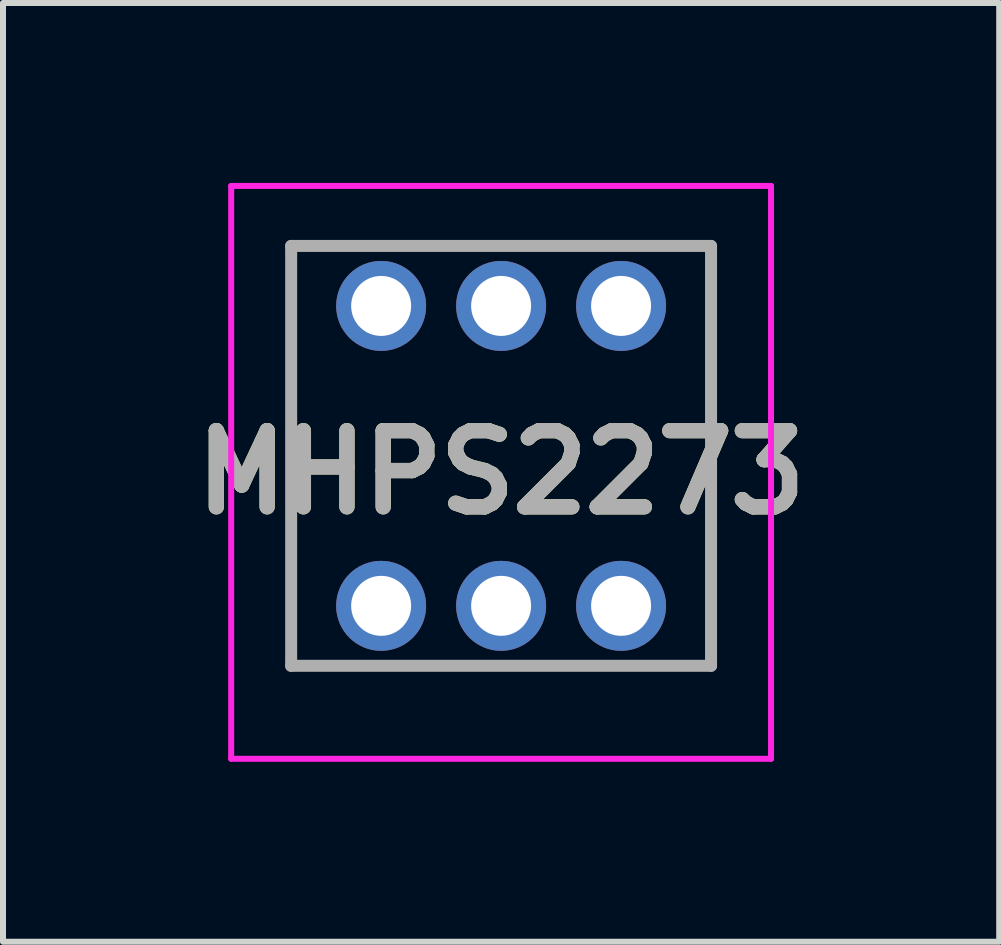
<source format=kicad_pcb>
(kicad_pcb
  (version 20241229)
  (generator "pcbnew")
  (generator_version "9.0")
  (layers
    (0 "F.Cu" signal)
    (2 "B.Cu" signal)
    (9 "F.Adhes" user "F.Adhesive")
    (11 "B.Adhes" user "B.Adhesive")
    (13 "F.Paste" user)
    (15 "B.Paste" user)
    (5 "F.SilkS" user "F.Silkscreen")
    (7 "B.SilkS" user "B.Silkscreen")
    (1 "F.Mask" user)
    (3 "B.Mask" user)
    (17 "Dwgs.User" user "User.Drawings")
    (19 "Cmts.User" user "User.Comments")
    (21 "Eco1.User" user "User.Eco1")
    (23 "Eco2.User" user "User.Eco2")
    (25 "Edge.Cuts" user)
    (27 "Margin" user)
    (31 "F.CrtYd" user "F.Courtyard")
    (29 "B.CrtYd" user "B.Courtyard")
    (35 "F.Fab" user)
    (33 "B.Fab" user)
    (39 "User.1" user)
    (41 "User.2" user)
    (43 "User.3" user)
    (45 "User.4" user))
  (footprint "MHPS2273"
    (layer "F.Cu")
    (at 3.304 7.05)
    (property "Reference" "MHPS2273" (at 2 -2.225 0) (layer "F.SilkS") (effects (font (size 1.27 1.27) (thickness 0.254))))
    (attr through_hole)
    (fp_line (start -1.5 -6) (end -1.5 1) (stroke (width 0.1) (type solid)) (layer "F.SilkS"))
    (fp_line (start 5.5 -6) (end 5.5 1) (stroke (width 0.1) (type solid)) (layer "F.SilkS"))
    (fp_line (start -2.5 -7) (end 6.5 -7) (stroke (width 0.1) (type solid)) (layer "F.CrtYd"))
    (fp_line (start -2.5 2.55) (end -2.5 -7) (stroke (width 0.1) (type solid)) (layer "F.CrtYd"))
    (fp_line (start 6.5 -7) (end 6.5 2.55) (stroke (width 0.1) (type solid)) (layer "F.CrtYd"))
    (fp_line (start 6.5 2.55) (end -2.5 2.55) (stroke (width 0.1) (type solid)) (layer "F.CrtYd"))
    (fp_line (start -1.5 -6) (end 5.5 -6) (stroke (width 0.2) (type solid)) (layer "F.Fab"))
    (fp_line (start -1.5 1) (end -1.5 -6) (stroke (width 0.2) (type solid)) (layer "F.Fab"))
    (fp_line (start 5.5 -6) (end 5.5 1) (stroke (width 0.2) (type solid)) (layer "F.Fab"))
    (fp_line (start 5.5 1) (end -1.5 1) (stroke (width 0.2) (type solid)) (layer "F.Fab"))
    (fp_text user "${REFERENCE}" (at 2 -2.225 0) (layer "F.Fab") (effects (font (size 1.27 1.27) (thickness 0.254))))
    (pad "A1" thru_hole circle (at 0 0) (size 1.5 1.5) (drill 1) (layers "*.Cu" "*.Mask"))
    (pad "A2" thru_hole circle (at 4 0) (size 1.5 1.5) (drill 1) (layers "*.Cu" "*.Mask"))
    (pad "B1" thru_hole circle (at 0 -5) (size 1.5 1.5) (drill 1) (layers "*.Cu" "*.Mask"))
    (pad "B2" thru_hole circle (at 4 -5) (size 1.5 1.5) (drill 1) (layers "*.Cu" "*.Mask"))
    (pad "C1" thru_hole circle (at 2 0) (size 1.5 1.5) (drill 1) (layers "*.Cu" "*.Mask"))
    (pad "C2" thru_hole circle (at 2 -5) (size 1.5 1.5) (drill 1) (layers "*.Cu" "*.Mask")))
  (gr_rect
    (start -3 -3)
    (end 13.608 12.65)
    (stroke (width 0.1) (type default))
    (fill no)
    (layer "Edge.Cuts")))
</source>
